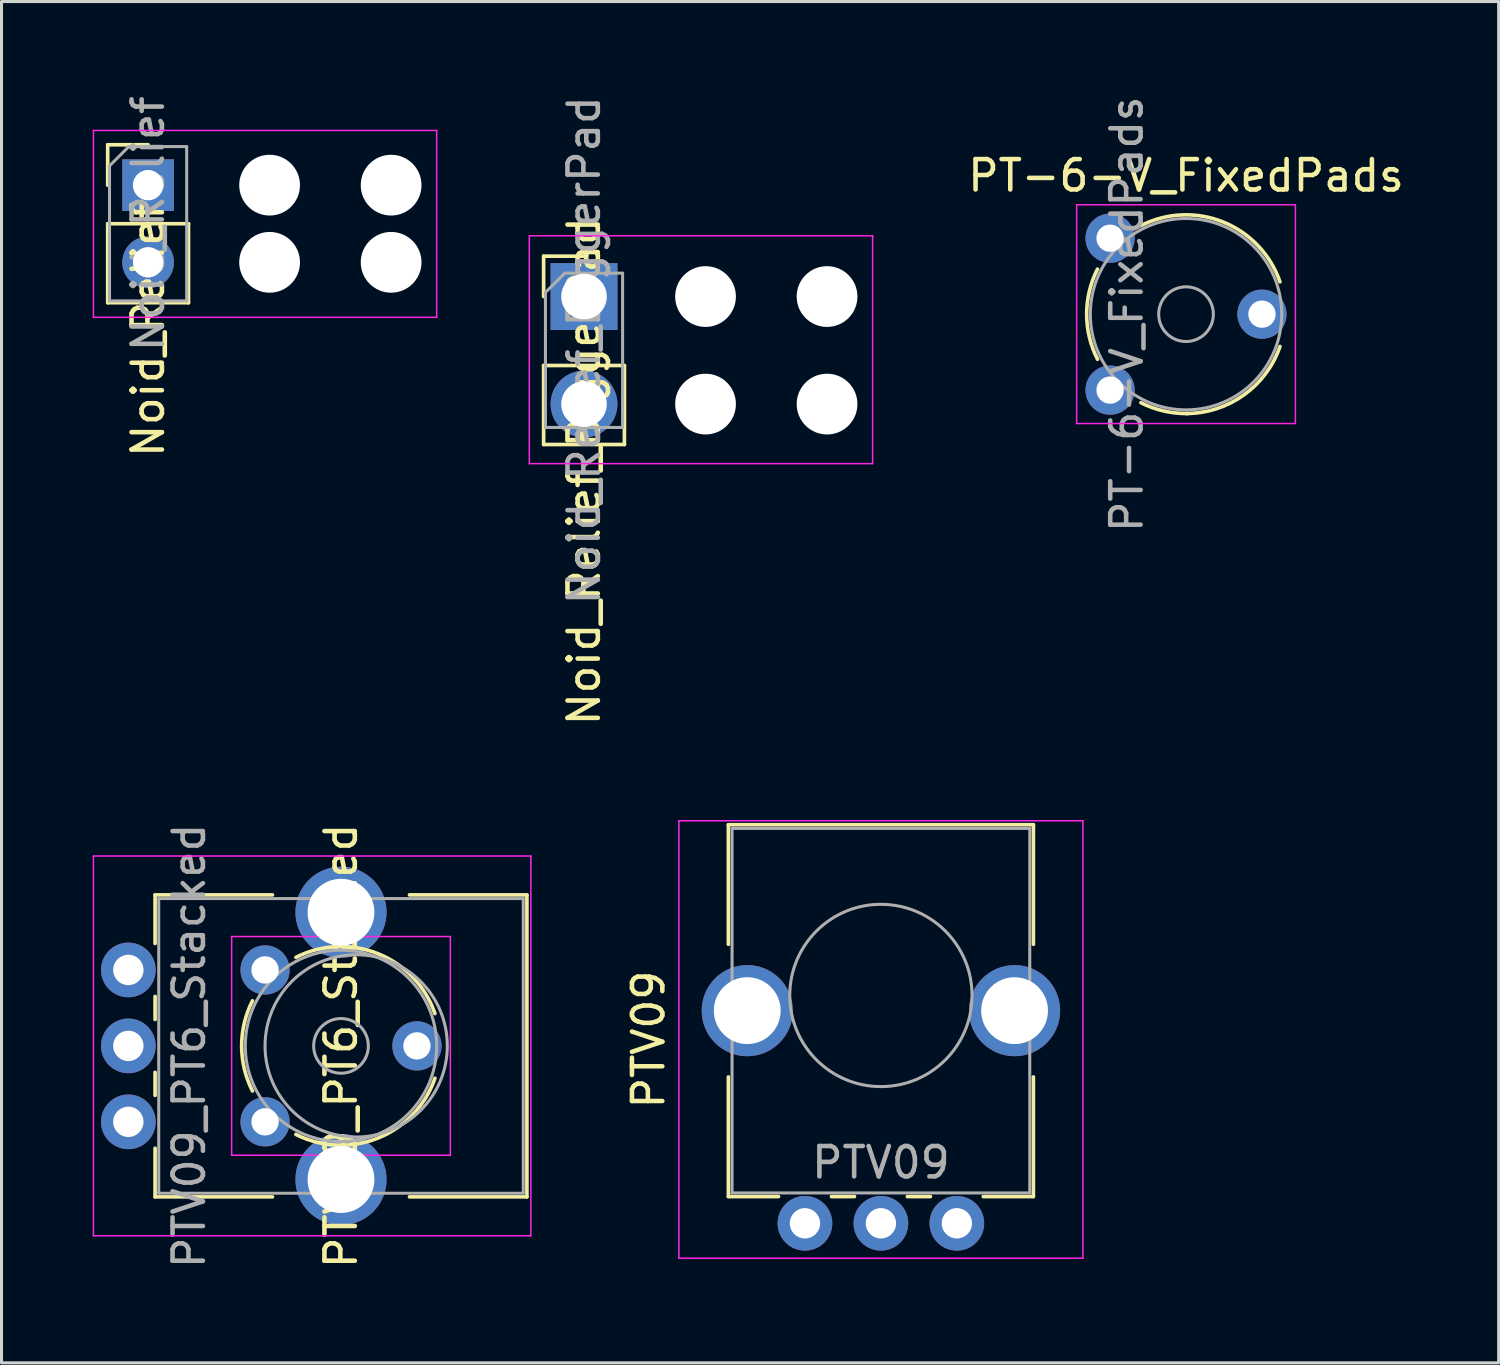
<source format=kicad_pcb>
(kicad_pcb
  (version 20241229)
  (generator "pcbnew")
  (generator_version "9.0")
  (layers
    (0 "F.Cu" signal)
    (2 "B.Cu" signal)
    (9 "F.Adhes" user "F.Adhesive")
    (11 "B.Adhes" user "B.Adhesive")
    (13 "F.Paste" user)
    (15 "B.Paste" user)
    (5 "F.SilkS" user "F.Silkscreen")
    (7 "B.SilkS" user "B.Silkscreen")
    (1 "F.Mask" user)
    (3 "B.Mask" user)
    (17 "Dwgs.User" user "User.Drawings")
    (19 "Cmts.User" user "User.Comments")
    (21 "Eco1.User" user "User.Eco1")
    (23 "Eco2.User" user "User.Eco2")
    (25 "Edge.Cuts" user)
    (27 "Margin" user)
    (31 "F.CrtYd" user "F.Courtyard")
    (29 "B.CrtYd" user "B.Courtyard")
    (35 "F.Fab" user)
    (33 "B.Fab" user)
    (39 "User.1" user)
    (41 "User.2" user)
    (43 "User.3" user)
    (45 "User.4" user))
  (footprint "PT-6-V_FixedPads"
    (layer "F.Cu")
    (at 33.492 9.792)
    (property "Reference" "PT-6-V_FixedPads" (at 2.5 -7.06 0) (layer "F.SilkS") (effects (font (size 1 1) (thickness 0.15))))
    (attr through_hole)
    (fp_arc (start -0.413387 -1.014798) (mid -0.770114 -2.499325) (end -0.414 -3.984) (stroke (width 0.12) (type solid)) (layer "F.SilkS"))
    (fp_arc (start 1.016032 -5.413829) (mid 3.725524 -5.531609) (end 5.592 -3.564) (stroke (width 0.12) (type solid)) (layer "F.SilkS"))
    (fp_arc (start 2.556863 0.770075) (mid 1.764071 0.686696) (end 1.015 0.414) (stroke (width 0.12) (type solid)) (layer "F.SilkS"))
    (fp_arc (start 5.591846 -1.435392) (mid 4.398899 0.162158) (end 2.5 0.77) (stroke (width 0.12) (type solid)) (layer "F.SilkS"))
    (fp_line (start -1.1 -6.1) (end -1.1 1.1) (stroke (width 0.05) (type solid)) (layer "F.CrtYd"))
    (fp_line (start -1.1 1.1) (end 6.1 1.1) (stroke (width 0.05) (type solid)) (layer "F.CrtYd"))
    (fp_line (start 6.1 -6.1) (end -1.1 -6.1) (stroke (width 0.05) (type solid)) (layer "F.CrtYd"))
    (fp_line (start 6.1 1.1) (end 6.1 -6.1) (stroke (width 0.05) (type solid)) (layer "F.CrtYd"))
    (fp_circle (center 2.5 -2.5) (end 3.4 -2.5) (stroke (width 0.1) (type solid)) (fill no) (layer "F.Fab"))
    (fp_circle (center 2.5 -2.5) (end 5.65 -2.5) (stroke (width 0.1) (type solid)) (fill no) (layer "F.Fab"))
    (fp_text user "${REFERENCE}" (at 0.55 -2.5 90) (layer "F.Fab") (effects (font (size 1 1) (thickness 0.15))))
    (pad "1" thru_hole circle (at 0 -5) (size 1.62 1.62) (drill 0.9) (layers "*.Cu" "*.Mask"))
    (pad "2" thru_hole circle (at 5 -2.5) (size 1.62 1.62) (drill 0.9) (layers "*.Cu" "*.Mask"))
    (pad "3" thru_hole circle (at 0 0) (size 1.62 1.62) (drill 0.9) (layers "*.Cu" "*.Mask")))
  (footprint "PTV09"
    (layer "F.Cu")
    (at 25.948 29.719)
    (property "Reference" "PTV09" (at -7.65 1.45 90) (layer "F.SilkS") (effects (font (size 1 1) (thickness 0.15))))
    (attr through_hole)
    (fp_line (start -5.021 -5.62) (end 5.02 -5.62) (stroke (width 0.12) (type solid)) (layer "F.SilkS"))
    (fp_line (start -5.021 -1.684) (end -5.021 -5.62) (stroke (width 0.12) (type solid)) (layer "F.SilkS"))
    (fp_line (start -5.021 6.62) (end -5.021 2.683) (stroke (width 0.12) (type solid)) (layer "F.SilkS"))
    (fp_line (start -5.021 6.62) (end -3.371 6.62) (stroke (width 0.12) (type solid)) (layer "F.SilkS"))
    (fp_line (start -1.629 6.62) (end -0.87 6.62) (stroke (width 0.12) (type solid)) (layer "F.SilkS"))
    (fp_line (start 0.871 6.62) (end 1.63 6.62) (stroke (width 0.12) (type solid)) (layer "F.SilkS"))
    (fp_line (start 3.37 6.62) (end 5.02 6.62) (stroke (width 0.12) (type solid)) (layer "F.SilkS"))
    (fp_line (start 5.02 -1.684) (end 5.02 -5.62) (stroke (width 0.12) (type solid)) (layer "F.SilkS"))
    (fp_line (start 5.02 6.62) (end 5.02 2.683) (stroke (width 0.12) (type solid)) (layer "F.SilkS"))
    (fp_line (start -6.65 -5.75) (end -6.65 8.65) (stroke (width 0.05) (type solid)) (layer "F.CrtYd"))
    (fp_line (start -6.65 8.65) (end 6.65 8.65) (stroke (width 0.05) (type solid)) (layer "F.CrtYd"))
    (fp_line (start 6.65 -5.75) (end -6.65 -5.75) (stroke (width 0.05) (type solid)) (layer "F.CrtYd"))
    (fp_line (start 6.65 8.65) (end 6.65 -5.75) (stroke (width 0.05) (type solid)) (layer "F.CrtYd"))
    (fp_line (start -4.9 -5.5) (end -4.9 6.5) (stroke (width 0.1) (type solid)) (layer "F.Fab"))
    (fp_line (start -4.9 6.5) (end 4.9 6.5) (stroke (width 0.1) (type solid)) (layer "F.Fab"))
    (fp_line (start 4.9 -5.5) (end -4.9 -5.5) (stroke (width 0.1) (type solid)) (layer "F.Fab"))
    (fp_line (start 4.9 6.5) (end 4.9 -5.5) (stroke (width 0.1) (type solid)) (layer "F.Fab"))
    (fp_circle (center 0 0) (end 0 -3) (stroke (width 0.1) (type solid)) (fill no) (layer "F.Fab"))
    (fp_text user "${REFERENCE}" (at 0 5.5 180) (layer "F.Fab") (effects (font (size 1 1) (thickness 0.15))))
    (pad "" thru_hole circle (at -4.4 0.5 90) (size 3 3) (drill 2.2) (layers "*.Cu" "*.Mask"))
    (pad "" thru_hole circle (at 4.4 0.5 90) (size 3 3) (drill 2.2) (layers "*.Cu" "*.Mask"))
    (pad "1" thru_hole circle (at -2.5 7.5 90) (size 1.8 1.8) (drill 1) (layers "*.Cu" "*.Mask"))
    (pad "2" thru_hole circle (at 0 7.5 90) (size 1.8 1.8) (drill 1) (layers "*.Cu" "*.Mask"))
    (pad "3" thru_hole circle (at 2.5 7.5 90) (size 1.8 1.8) (drill 1) (layers "*.Cu" "*.Mask")))
  (footprint "PTV09_PT6_Stacked"
    (layer "F.Cu")
    (at 1.175 31.379)
    (property "Reference" "PTV09_PT6_Stacked" (at 7 0 270) (layer "F.SilkS") (effects (font (size 1 1) (thickness 0.15))))
    (attr through_hole)
    (fp_line (start 0.88 -4.97) (end 0.88 -3.371) (stroke (width 0.12) (type solid)) (layer "F.SilkS"))
    (fp_line (start 0.88 -4.97) (end 4.745 -4.97) (stroke (width 0.12) (type solid)) (layer "F.SilkS"))
    (fp_line (start 0.88 -1.629) (end 0.88 -0.87) (stroke (width 0.12) (type solid)) (layer "F.SilkS"))
    (fp_line (start 0.88 0.871) (end 0.88 1.63) (stroke (width 0.12) (type solid)) (layer "F.SilkS"))
    (fp_line (start 0.88 3.37) (end 0.88 4.97) (stroke (width 0.12) (type solid)) (layer "F.SilkS"))
    (fp_line (start 0.88 4.97) (end 4.745 4.97) (stroke (width 0.12) (type solid)) (layer "F.SilkS"))
    (fp_line (start 9.255 -4.97) (end 13.12 -4.97) (stroke (width 0.12) (type solid)) (layer "F.SilkS"))
    (fp_line (start 9.255 4.97) (end 13.12 4.97) (stroke (width 0.12) (type solid)) (layer "F.SilkS"))
    (fp_line (start 13.12 -4.97) (end 13.12 4.97) (stroke (width 0.12) (type solid)) (layer "F.SilkS"))
    (fp_arc (start 4.086613 1.485202) (mid 3.729886 0.000675) (end 4.086 -1.484) (stroke (width 0.12) (type solid)) (layer "F.SilkS"))
    (fp_arc (start 5.516032 -2.913829) (mid 8.225524 -3.031609) (end 10.092 -1.064) (stroke (width 0.12) (type solid)) (layer "F.SilkS"))
    (fp_arc (start 7.056863 3.270075) (mid 6.264071 3.186696) (end 5.515 2.914) (stroke (width 0.12) (type solid)) (layer "F.SilkS"))
    (fp_arc (start 10.091846 1.064608) (mid 8.898899 2.662158) (end 7 3.27) (stroke (width 0.12) (type solid)) (layer "F.SilkS"))
    (fp_line (start -1.15 -6.25) (end -1.15 6.25) (stroke (width 0.05) (type solid)) (layer "F.CrtYd"))
    (fp_line (start -1.15 6.25) (end 13.25 6.25) (stroke (width 0.05) (type solid)) (layer "F.CrtYd"))
    (fp_line (start 3.4 -3.6) (end 3.4 3.6) (stroke (width 0.05) (type solid)) (layer "F.CrtYd"))
    (fp_line (start 3.4 3.6) (end 10.6 3.6) (stroke (width 0.05) (type solid)) (layer "F.CrtYd"))
    (fp_line (start 10.6 -3.6) (end 3.4 -3.6) (stroke (width 0.05) (type solid)) (layer "F.CrtYd"))
    (fp_line (start 10.6 3.6) (end 10.6 -3.6) (stroke (width 0.05) (type solid)) (layer "F.CrtYd"))
    (fp_line (start 13.25 -6.25) (end -1.15 -6.25) (stroke (width 0.05) (type solid)) (layer "F.CrtYd"))
    (fp_line (start 13.25 6.25) (end 13.25 -6.25) (stroke (width 0.05) (type solid)) (layer "F.CrtYd"))
    (fp_line (start 1 -4.85) (end 1 4.85) (stroke (width 0.1) (type solid)) (layer "F.Fab"))
    (fp_line (start 1 4.85) (end 13 4.85) (stroke (width 0.1) (type solid)) (layer "F.Fab"))
    (fp_line (start 13 -4.85) (end 1 -4.85) (stroke (width 0.1) (type solid)) (layer "F.Fab"))
    (fp_line (start 13 4.85) (end 13 -4.85) (stroke (width 0.1) (type solid)) (layer "F.Fab"))
    (fp_circle (center 7 0) (end 7.9 0) (stroke (width 0.1) (type solid)) (fill no) (layer "F.Fab"))
    (fp_circle (center 7 0) (end 10.15 0) (stroke (width 0.1) (type solid)) (fill no) (layer "F.Fab"))
    (fp_circle (center 7.5 0) (end 10.5 0) (stroke (width 0.1) (type solid)) (fill no) (layer "F.Fab"))
    (fp_text user "${REFERENCE}" (at 2 0 270) (layer "F.Fab") (effects (font (size 1 1) (thickness 0.15))))
    (pad "" thru_hole circle (at 7 -4.4) (size 3 3) (drill 2.2) (layers "*.Cu" "*.Mask"))
    (pad "" thru_hole circle (at 7 4.4) (size 3 3) (drill 2.2) (layers "*.Cu" "*.Mask"))
    (pad "1" thru_hole circle (at 0 -2.5) (size 1.8 1.8) (drill 1) (layers "*.Cu" "*.Mask"))
    (pad "1" thru_hole circle (at 4.5 -2.5) (size 1.62 1.62) (drill 0.9) (layers "*.Cu" "*.Mask"))
    (pad "2" thru_hole circle (at 0 0) (size 1.8 1.8) (drill 1) (layers "*.Cu" "*.Mask"))
    (pad "2" thru_hole circle (at 9.5 0) (size 1.62 1.62) (drill 0.9) (layers "*.Cu" "*.Mask"))
    (pad "3" thru_hole circle (at 0 2.5) (size 1.8 1.8) (drill 1) (layers "*.Cu" "*.Mask"))
    (pad "3" thru_hole circle (at 4.5 2.5) (size 1.62 1.62) (drill 0.9) (layers "*.Cu" "*.Mask")))
  (footprint "Noid_Relief"
    (layer "F.Cu")
    (at 1.825 3.045)
    (property "Reference" "Noid_Relief" (at 0 4.75 270) (layer "F.SilkS") (effects (font (size 1 1) (thickness 0.15))))
    (attr through_hole)
    (fp_line (start -1.33 -1.33) (end 0 -1.33) (stroke (width 0.12) (type solid)) (layer "F.SilkS"))
    (fp_line (start -1.33 0) (end -1.33 -1.33) (stroke (width 0.12) (type solid)) (layer "F.SilkS"))
    (fp_line (start -1.33 1.27) (end -1.33 3.87) (stroke (width 0.12) (type solid)) (layer "F.SilkS"))
    (fp_line (start -1.33 1.27) (end 1.33 1.27) (stroke (width 0.12) (type solid)) (layer "F.SilkS"))
    (fp_line (start -1.33 3.87) (end 1.33 3.87) (stroke (width 0.12) (type solid)) (layer "F.SilkS"))
    (fp_line (start 1.33 1.27) (end 1.33 3.87) (stroke (width 0.12) (type solid)) (layer "F.SilkS"))
    (fp_line (start -1.8 -1.8) (end -1.8 4.35) (stroke (width 0.05) (type solid)) (layer "F.CrtYd"))
    (fp_line (start -1.8 4.35) (end 9.5 4.35) (stroke (width 0.05) (type solid)) (layer "F.CrtYd"))
    (fp_line (start 9.5 -1.8) (end -1.8 -1.8) (stroke (width 0.05) (type solid)) (layer "F.CrtYd"))
    (fp_line (start 9.5 4.35) (end 9.5 -1.8) (stroke (width 0.05) (type solid)) (layer "F.CrtYd"))
    (fp_line (start -1.27 -0.635) (end -0.635 -1.27) (stroke (width 0.1) (type solid)) (layer "F.Fab"))
    (fp_line (start -1.27 3.81) (end -1.27 -0.635) (stroke (width 0.1) (type solid)) (layer "F.Fab"))
    (fp_line (start -0.635 -1.27) (end 1.27 -1.27) (stroke (width 0.1) (type solid)) (layer "F.Fab"))
    (fp_line (start 1.27 -1.27) (end 1.27 3.81) (stroke (width 0.1) (type solid)) (layer "F.Fab"))
    (fp_line (start 1.27 3.81) (end -1.27 3.81) (stroke (width 0.1) (type solid)) (layer "F.Fab"))
    (fp_text user "${REFERENCE}" (at 0 1.27 90) (layer "F.Fab") (effects (font (size 1 1) (thickness 0.15))))
    (pad "" np_thru_hole circle (at 4 0) (size 2 2) (drill 2) (layers "*.Cu" "*.Mask"))
    (pad "" np_thru_hole circle (at 4 2.54) (size 2 2) (drill 2) (layers "*.Cu" "*.Mask"))
    (pad "" np_thru_hole circle (at 8 0) (size 2 2) (drill 2) (layers "*.Cu" "*.Mask"))
    (pad "" np_thru_hole circle (at 8 2.54) (size 2 2) (drill 2) (layers "*.Cu" "*.Mask"))
    (pad "1" thru_hole rect (at 0 0) (size 1.7 1.7) (drill 1) (layers "*.Cu" "*.Mask"))
    (pad "2" thru_hole oval (at 0 2.54) (size 1.7 1.7) (drill 1) (layers "*.Cu" "*.Mask")))
  (footprint "Noid_Relief_BiggerPad"
    (layer "F.Cu")
    (at 16.175 7.212)
    (property "Reference" "Noid_Relief_BiggerPad" (at 0 5.25 270) (layer "F.SilkS") (effects (font (size 1 1) (thickness 0.15))))
    (attr through_hole)
    (fp_line (start -1.33 -1.83) (end 0 -1.83) (stroke (width 0.12) (type solid)) (layer "F.SilkS"))
    (fp_line (start -1.33 -0.5) (end -1.33 -1.83) (stroke (width 0.12) (type solid)) (layer "F.SilkS"))
    (fp_line (start -1.33 1.77) (end -1.33 4.37) (stroke (width 0.12) (type solid)) (layer "F.SilkS"))
    (fp_line (start -1.33 1.77) (end 1.33 1.77) (stroke (width 0.12) (type solid)) (layer "F.SilkS"))
    (fp_line (start -1.33 4.37) (end 1.33 4.37) (stroke (width 0.12) (type solid)) (layer "F.SilkS"))
    (fp_line (start 1.33 1.77) (end 1.33 4.37) (stroke (width 0.12) (type solid)) (layer "F.SilkS"))
    (fp_line (start -1.8 -2.5) (end -1.8 5) (stroke (width 0.05) (type solid)) (layer "F.CrtYd"))
    (fp_line (start -1.8 5) (end 9.5 5) (stroke (width 0.05) (type solid)) (layer "F.CrtYd"))
    (fp_line (start 9.5 -2.5) (end -1.8 -2.5) (stroke (width 0.05) (type solid)) (layer "F.CrtYd"))
    (fp_line (start 9.5 5) (end 9.5 -2.5) (stroke (width 0.05) (type solid)) (layer "F.CrtYd"))
    (fp_line (start -1.27 -0.635) (end -0.635 -1.27) (stroke (width 0.1) (type solid)) (layer "F.Fab"))
    (fp_line (start -1.27 3.81) (end -1.27 -0.635) (stroke (width 0.1) (type solid)) (layer "F.Fab"))
    (fp_line (start -0.635 -1.27) (end 1.27 -1.27) (stroke (width 0.1) (type solid)) (layer "F.Fab"))
    (fp_line (start 1.27 -1.27) (end 1.27 3.81) (stroke (width 0.1) (type solid)) (layer "F.Fab"))
    (fp_line (start 1.27 3.81) (end -1.27 3.81) (stroke (width 0.1) (type solid)) (layer "F.Fab"))
    (fp_text user "${REFERENCE}" (at 0 1.27 90) (layer "F.Fab") (effects (font (size 1 1) (thickness 0.15))))
    (pad "" np_thru_hole circle (at 4 -0.5) (size 2 2) (drill 2) (layers "*.Cu" "*.Mask"))
    (pad "" np_thru_hole circle (at 4 3.04) (size 2 2) (drill 2) (layers "*.Cu" "*.Mask"))
    (pad "" np_thru_hole circle (at 8 -0.5) (size 2 2) (drill 2) (layers "*.Cu" "*.Mask"))
    (pad "" np_thru_hole circle (at 8 3.04) (size 2 2) (drill 2) (layers "*.Cu" "*.Mask"))
    (pad "1" thru_hole rect (at 0 -0.5) (size 2.2 2.2) (drill 1.5) (layers "*.Cu" "*.Mask"))
    (pad "2" thru_hole circle (at 0 3.04) (size 2.2 2.2) (drill 1.5) (layers "*.Cu" "*.Mask")))
  (gr_rect
    (start -3 -3)
    (end 46.283 41.813)
    (stroke (width 0.1) (type default))
    (fill no)
    (layer "Edge.Cuts")))
</source>
